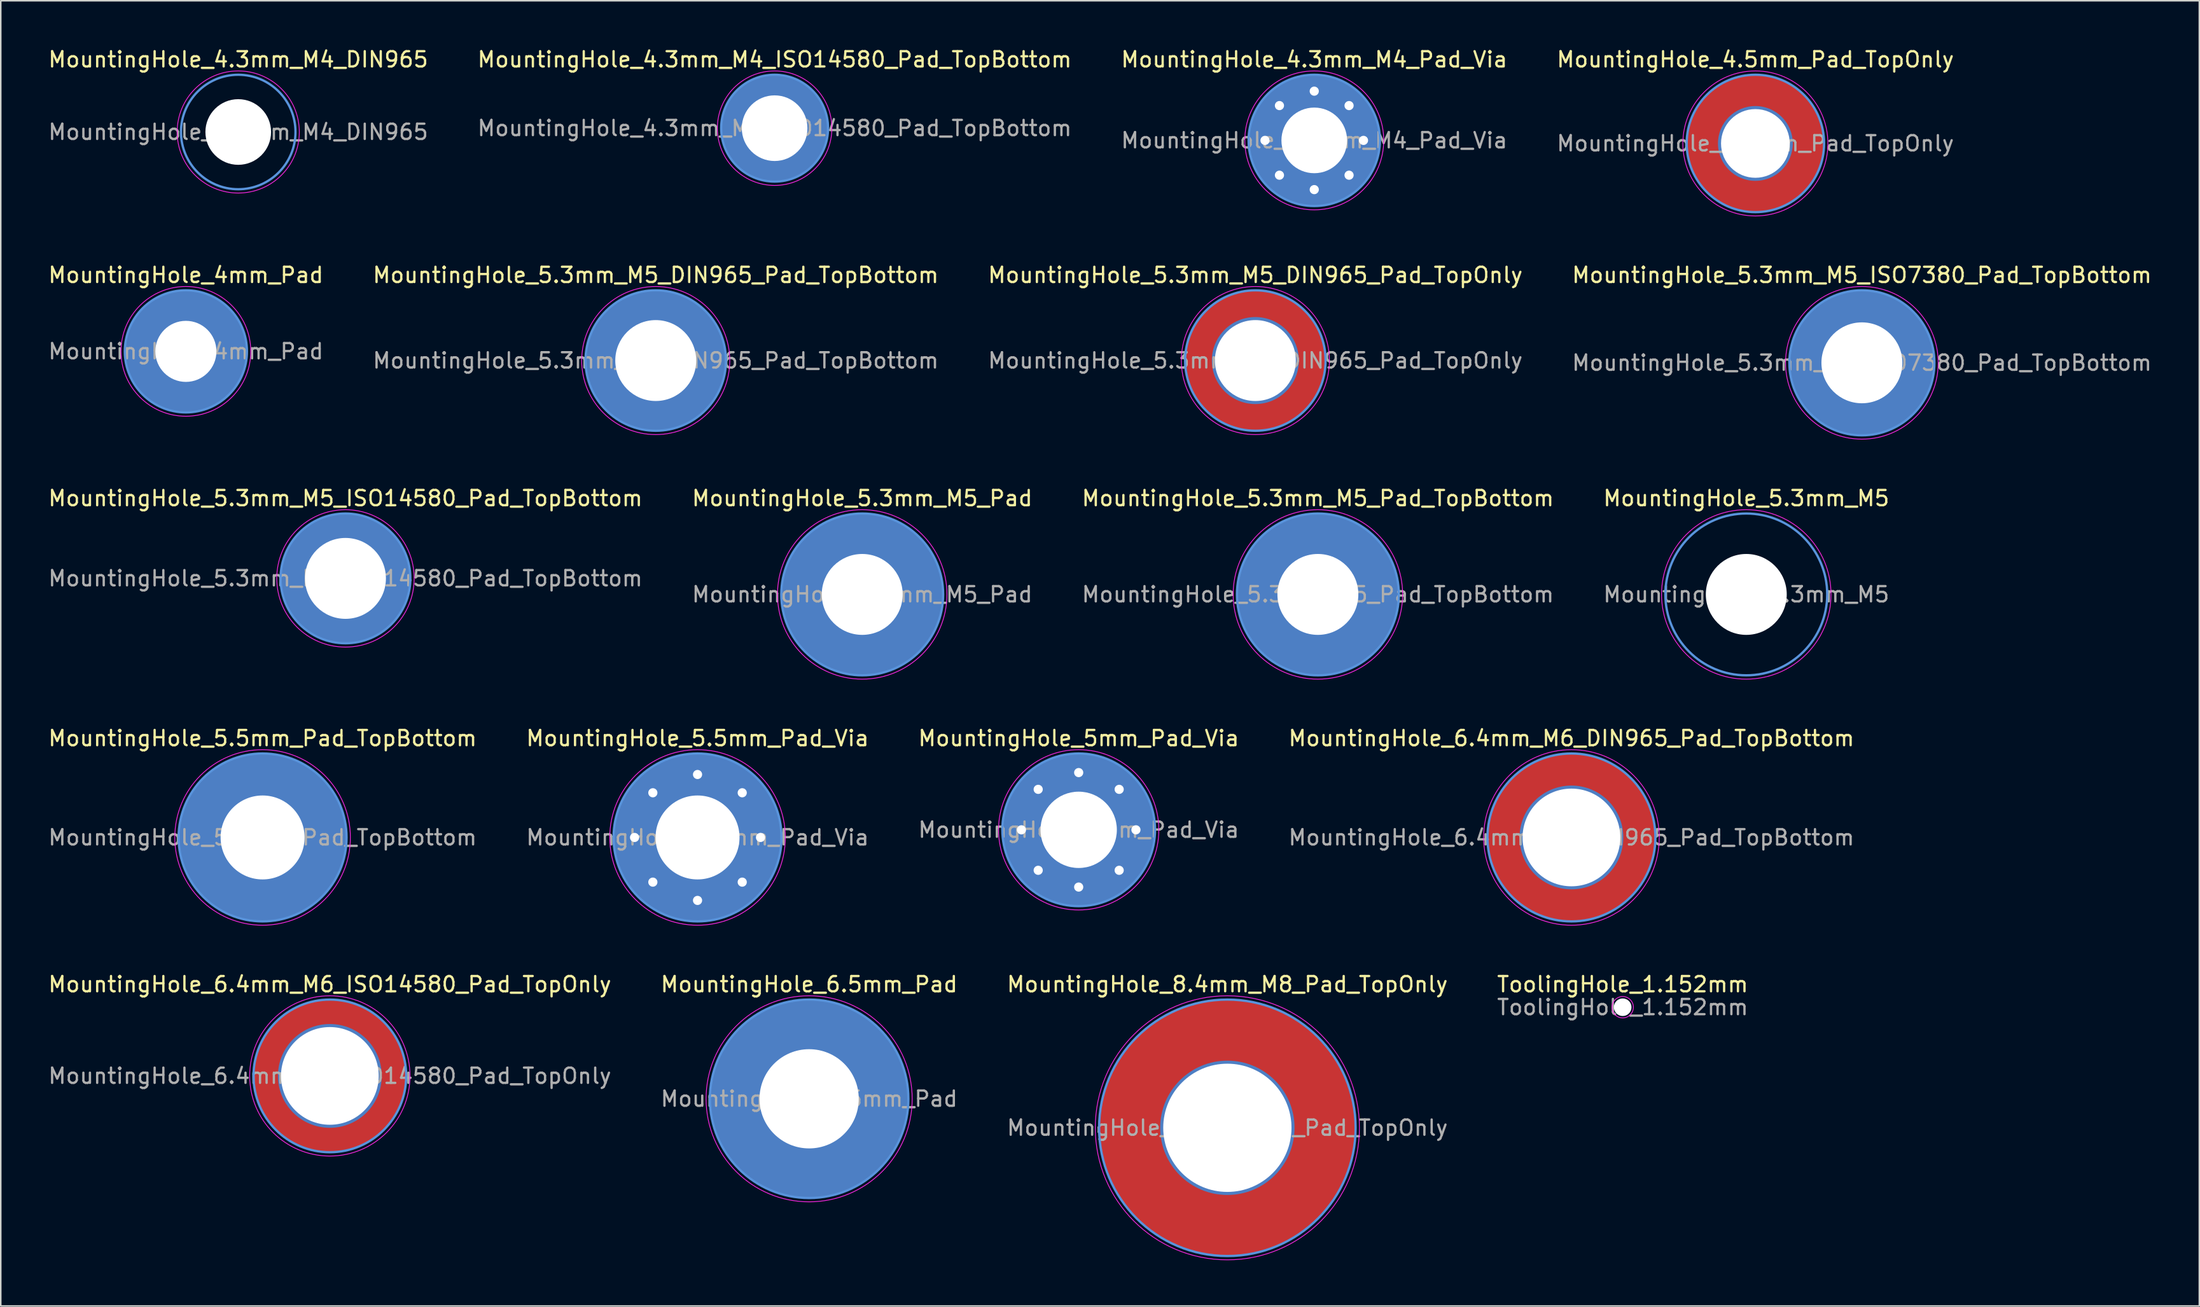
<source format=kicad_pcb>
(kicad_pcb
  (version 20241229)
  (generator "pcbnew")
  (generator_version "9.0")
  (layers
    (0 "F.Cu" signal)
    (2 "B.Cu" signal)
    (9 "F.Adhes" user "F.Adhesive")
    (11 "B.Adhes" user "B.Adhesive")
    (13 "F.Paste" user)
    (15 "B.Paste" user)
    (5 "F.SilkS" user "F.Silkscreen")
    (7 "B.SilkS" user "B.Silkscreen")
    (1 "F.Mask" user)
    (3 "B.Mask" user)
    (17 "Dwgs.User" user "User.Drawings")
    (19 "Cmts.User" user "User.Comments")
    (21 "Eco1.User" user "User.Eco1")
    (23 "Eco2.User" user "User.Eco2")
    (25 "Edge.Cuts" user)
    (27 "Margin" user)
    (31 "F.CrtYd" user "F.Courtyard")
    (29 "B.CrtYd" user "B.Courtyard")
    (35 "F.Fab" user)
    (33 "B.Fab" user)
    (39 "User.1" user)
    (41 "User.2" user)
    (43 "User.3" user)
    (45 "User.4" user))
  (footprint "MountingHole_4.3mm_M4_DIN965"
    (layer "F.Cu")
    (at 12.554 5.598)
    (property "Reference" "MountingHole_4.3mm_M4_DIN965" (at 0 -4.75 0) (layer "F.SilkS") (effects (font (size 1 1) (thickness 0.15))))
    (attr exclude_from_pos_files exclude_from_bom)
    (fp_circle (center 0 0) (end 3.75 0) (stroke (width 0.15) (type solid)) (fill no) (layer "Cmts.User"))
    (fp_circle (center 0 0) (end 4 0) (stroke (width 0.05) (type solid)) (fill no) (layer "F.CrtYd"))
    (fp_text user "${REFERENCE}" (at 0 0 0) (layer "F.Fab") (effects (font (size 1 1) (thickness 0.15))))
    (pad "" np_thru_hole circle (at 0 0) (size 4.3 4.3) (drill 4.3) (layers "*.Cu" "*.Mask")))
  (footprint "ToolingHole_1.152mm"
    (layer "F.Cu")
    (at 103.232 62.941)
    (property "Reference" "ToolingHole_1.152mm" (at 0 -1.5 0) (layer "F.SilkS") (effects (font (size 1 1) (thickness 0.15))))
    (attr exclude_from_pos_files exclude_from_bom)
    (fp_circle (center 0 0) (end 0.7 0) (stroke (width 0.05) (type solid)) (fill no) (layer "F.CrtYd"))
    (fp_text user "${REFERENCE}" (at 0 0 0) (layer "F.Fab") (effects (font (size 1 1) (thickness 0.15))))
    (pad "" np_thru_hole circle (at 0 0) (size 1.152 1.152) (drill 1.152) (layers "*.Cu" "*.Mask"))
    (zone (net_name "") (layers "F.Cu" "B.Cu") (hatch edge 0.5) (connect_pads) (min_thickness 0.25) (filled_areas_thickness no) (keepout (tracks not_allowed) (vias allowed) (pads allowed) (copperpour not_allowed) (footprints not_allowed)) (placement (enabled no)) (fill) (polygon (pts (xy 103.932 62.941) (xy 103.912 62.774) (xy 103.852 62.616) (xy 103.756 62.477) (xy 103.63 62.365) (xy 103.48 62.287) (xy 103.317 62.246) (xy 103.148 62.246) (xy 102.984 62.287) (xy 102.835 62.365) (xy 102.708 62.477) (xy 102.612 62.616) (xy 102.552 62.774) (xy 102.532 62.941) (xy 102.552 63.109) (xy 102.612 63.267) (xy 102.708 63.405) (xy 102.835 63.517) (xy 102.984 63.596) (xy 103.148 63.636) (xy 103.317 63.636) (xy 103.48 63.596) (xy 103.63 63.517) (xy 103.756 63.405) (xy 103.852 63.267) (xy 103.912 63.109)))))
  (footprint "MountingHole_5.3mm_M5"
    (layer "F.Cu")
    (at 111.327 35.895)
    (property "Reference" "MountingHole_5.3mm_M5" (at 0 -6.3 0) (layer "F.SilkS") (effects (font (size 1 1) (thickness 0.15))))
    (attr exclude_from_pos_files exclude_from_bom)
    (fp_circle (center 0 0) (end 5.3 0) (stroke (width 0.15) (type solid)) (fill no) (layer "Cmts.User"))
    (fp_circle (center 0 0) (end 5.55 0) (stroke (width 0.05) (type solid)) (fill no) (layer "F.CrtYd"))
    (fp_text user "${REFERENCE}" (at 0 0 0) (layer "F.Fab") (effects (font (size 1 1) (thickness 0.15))))
    (pad "" np_thru_hole circle (at 0 0) (size 5.3 5.3) (drill 5.3) (layers "*.Cu" "*.Mask")))
  (footprint "MountingHole_4.5mm_Pad_TopOnly"
    (layer "F.Cu")
    (at 111.923 6.348)
    (property "Reference" "MountingHole_4.5mm_Pad_TopOnly" (at 0 -5.5 0) (layer "F.SilkS") (effects (font (size 1 1) (thickness 0.15))))
    (attr exclude_from_pos_files exclude_from_bom)
    (fp_circle (center 0 0) (end 4.5 0) (stroke (width 0.15) (type solid)) (fill no) (layer "Cmts.User"))
    (fp_circle (center 0 0) (end 4.75 0) (stroke (width 0.05) (type solid)) (fill no) (layer "F.CrtYd"))
    (fp_text user "${REFERENCE}" (at 0 0 0) (layer "F.Fab") (effects (font (size 1 1) (thickness 0.15))))
    (pad "1" thru_hole circle (at 0 0) (size 4.9 4.9) (drill 4.5) (layers "*.Cu" "*.Mask"))
    (pad "1" connect circle (at 0 0) (size 9 9) (layers "F.Cu" "F.Mask")))
  (footprint "MountingHole_5.3mm_M5_ISO7380_Pad_TopBottom"
    (layer "F.Cu")
    (at 118.899 20.721)
    (property "Reference" "MountingHole_5.3mm_M5_ISO7380_Pad_TopBottom" (at 0 -5.75 0) (layer "F.SilkS") (effects (font (size 1 1) (thickness 0.15))))
    (attr exclude_from_pos_files exclude_from_bom)
    (fp_circle (center 0 0) (end 4.75 0) (stroke (width 0.15) (type solid)) (fill no) (layer "Cmts.User"))
    (fp_circle (center 0 0) (end 5 0) (stroke (width 0.05) (type solid)) (fill no) (layer "F.CrtYd"))
    (fp_text user "${REFERENCE}" (at 0 0 0) (layer "F.Fab") (effects (font (size 1 1) (thickness 0.15))))
    (pad "1" thru_hole circle (at 0 0) (size 5.7 5.7) (drill 5.3) (layers "*.Cu" "*.Mask"))
    (pad "1" connect circle (at 0 0) (size 9.5 9.5) (layers "F.Cu" "F.Mask"))
    (pad "1" connect circle (at 0 0) (size 9.5 9.5) (layers "B.Cu" "B.Mask")))
  (footprint "MountingHole_5.3mm_M5_Pad"
    (layer "F.Cu")
    (at 53.423 35.895)
    (property "Reference" "MountingHole_5.3mm_M5_Pad" (at 0 -6.3 0) (layer "F.SilkS") (effects (font (size 1 1) (thickness 0.15))))
    (attr exclude_from_pos_files exclude_from_bom)
    (fp_circle (center 0 0) (end 5.3 0) (stroke (width 0.15) (type solid)) (fill no) (layer "Cmts.User"))
    (fp_circle (center 0 0) (end 5.55 0) (stroke (width 0.05) (type solid)) (fill no) (layer "F.CrtYd"))
    (fp_text user "${REFERENCE}" (at 0 0 0) (layer "F.Fab") (effects (font (size 1 1) (thickness 0.15))))
    (pad "1" thru_hole circle (at 0 0) (size 10.6 10.6) (drill 5.3) (layers "*.Cu" "*.Mask")))
  (footprint "MountingHole_5.3mm_M5_Pad_TopBottom"
    (layer "F.Cu")
    (at 83.268 35.895)
    (property "Reference" "MountingHole_5.3mm_M5_Pad_TopBottom" (at 0 -6.3 0) (layer "F.SilkS") (effects (font (size 1 1) (thickness 0.15))))
    (attr exclude_from_pos_files exclude_from_bom)
    (fp_circle (center 0 0) (end 5.3 0) (stroke (width 0.15) (type solid)) (fill no) (layer "Cmts.User"))
    (fp_circle (center 0 0) (end 5.55 0) (stroke (width 0.05) (type solid)) (fill no) (layer "F.CrtYd"))
    (fp_text user "${REFERENCE}" (at 0 0 0) (layer "F.Fab") (effects (font (size 1 1) (thickness 0.15))))
    (pad "1" thru_hole circle (at 0 0) (size 5.7 5.7) (drill 5.3) (layers "*.Cu" "*.Mask"))
    (pad "1" connect circle (at 0 0) (size 10.6 10.6) (layers "F.Cu" "F.Mask"))
    (pad "1" connect circle (at 0 0) (size 10.6 10.6) (layers "B.Cu" "B.Mask")))
  (footprint "MountingHole_5.3mm_M5_DIN965_Pad_TopOnly"
    (layer "F.Cu")
    (at 79.173 20.572)
    (property "Reference" "MountingHole_5.3mm_M5_DIN965_Pad_TopOnly" (at 0 -5.6 0) (layer "F.SilkS") (effects (font (size 1 1) (thickness 0.15))))
    (attr exclude_from_pos_files exclude_from_bom)
    (fp_circle (center 0 0) (end 4.6 0) (stroke (width 0.15) (type solid)) (fill no) (layer "Cmts.User"))
    (fp_circle (center 0 0) (end 4.85 0) (stroke (width 0.05) (type solid)) (fill no) (layer "F.CrtYd"))
    (fp_text user "${REFERENCE}" (at 0 0 0) (layer "F.Fab") (effects (font (size 1 1) (thickness 0.15))))
    (pad "1" thru_hole circle (at 0 0) (size 5.7 5.7) (drill 5.3) (layers "*.Cu" "*.Mask"))
    (pad "1" connect circle (at 0 0) (size 9.2 9.2) (layers "F.Cu" "F.Mask")))
  (footprint "MountingHole_6.4mm_M6_ISO14580_Pad_TopOnly"
    (layer "F.Cu")
    (at 18.554 67.441)
    (property "Reference" "MountingHole_6.4mm_M6_ISO14580_Pad_TopOnly" (at 0 -6 0) (layer "F.SilkS") (effects (font (size 1 1) (thickness 0.15))))
    (attr exclude_from_pos_files exclude_from_bom)
    (fp_circle (center 0 0) (end 5 0) (stroke (width 0.15) (type solid)) (fill no) (layer "Cmts.User"))
    (fp_circle (center 0 0) (end 5.25 0) (stroke (width 0.05) (type solid)) (fill no) (layer "F.CrtYd"))
    (fp_text user "${REFERENCE}" (at 0 0 0) (layer "F.Fab") (effects (font (size 1 1) (thickness 0.15))))
    (pad "1" thru_hole circle (at 0 0) (size 6.8 6.8) (drill 6.4) (layers "*.Cu" "*.Mask"))
    (pad "1" connect circle (at 0 0) (size 10 10) (layers "F.Cu" "F.Mask")))
  (footprint "MountingHole_5.3mm_M5_ISO14580_Pad_TopBottom"
    (layer "F.Cu")
    (at 19.577 34.845)
    (property "Reference" "MountingHole_5.3mm_M5_ISO14580_Pad_TopBottom" (at 0 -5.25 0) (layer "F.SilkS") (effects (font (size 1 1) (thickness 0.15))))
    (attr exclude_from_pos_files exclude_from_bom)
    (fp_circle (center 0 0) (end 4.25 0) (stroke (width 0.15) (type solid)) (fill no) (layer "Cmts.User"))
    (fp_circle (center 0 0) (end 4.5 0) (stroke (width 0.05) (type solid)) (fill no) (layer "F.CrtYd"))
    (fp_text user "${REFERENCE}" (at 0 0 0) (layer "F.Fab") (effects (font (size 1 1) (thickness 0.15))))
    (pad "1" thru_hole circle (at 0 0) (size 5.7 5.7) (drill 5.3) (layers "*.Cu" "*.Mask"))
    (pad "1" connect circle (at 0 0) (size 8.5 8.5) (layers "F.Cu" "F.Mask"))
    (pad "1" connect circle (at 0 0) (size 8.5 8.5) (layers "B.Cu" "B.Mask")))
  (footprint "MountingHole_4mm_Pad"
    (layer "F.Cu")
    (at 9.125 19.971)
    (property "Reference" "MountingHole_4mm_Pad" (at 0 -5 0) (layer "F.SilkS") (effects (font (size 1 1) (thickness 0.15))))
    (attr exclude_from_pos_files exclude_from_bom)
    (fp_circle (center 0 0) (end 4 0) (stroke (width 0.15) (type solid)) (fill no) (layer "Cmts.User"))
    (fp_circle (center 0 0) (end 4.25 0) (stroke (width 0.05) (type solid)) (fill no) (layer "F.CrtYd"))
    (fp_text user "${REFERENCE}" (at 0 0 0) (layer "F.Fab") (effects (font (size 1 1) (thickness 0.15))))
    (pad "1" thru_hole circle (at 0 0) (size 8 8) (drill 4) (layers "*.Cu" "*.Mask")))
  (footprint "MountingHole_5.5mm_Pad_TopBottom"
    (layer "F.Cu")
    (at 14.149 51.818)
    (property "Reference" "MountingHole_5.5mm_Pad_TopBottom" (at 0 -6.5 0) (layer "F.SilkS") (effects (font (size 1 1) (thickness 0.15))))
    (attr exclude_from_pos_files exclude_from_bom)
    (fp_circle (center 0 0) (end 5.5 0) (stroke (width 0.15) (type solid)) (fill no) (layer "Cmts.User"))
    (fp_circle (center 0 0) (end 5.75 0) (stroke (width 0.05) (type solid)) (fill no) (layer "F.CrtYd"))
    (fp_text user "${REFERENCE}" (at 0 0 0) (layer "F.Fab") (effects (font (size 1 1) (thickness 0.15))))
    (pad "1" thru_hole circle (at 0 0) (size 5.9 5.9) (drill 5.5) (layers "*.Cu" "*.Mask"))
    (pad "1" connect circle (at 0 0) (size 11 11) (layers "F.Cu" "F.Mask"))
    (pad "1" connect circle (at 0 0) (size 11 11) (layers "B.Cu" "B.Mask")))
  (footprint "MountingHole_4.3mm_M4_ISO14580_Pad_TopBottom"
    (layer "F.Cu")
    (at 47.685 5.348)
    (property "Reference" "MountingHole_4.3mm_M4_ISO14580_Pad_TopBottom" (at 0 -4.5 0) (layer "F.SilkS") (effects (font (size 1 1) (thickness 0.15))))
    (attr exclude_from_pos_files exclude_from_bom)
    (fp_circle (center 0 0) (end 3.5 0) (stroke (width 0.15) (type solid)) (fill no) (layer "Cmts.User"))
    (fp_circle (center 0 0) (end 3.75 0) (stroke (width 0.05) (type solid)) (fill no) (layer "F.CrtYd"))
    (fp_text user "${REFERENCE}" (at 0 0 0) (layer "F.Fab") (effects (font (size 1 1) (thickness 0.15))))
    (pad "1" thru_hole circle (at 0 0) (size 4.7 4.7) (drill 4.3) (layers "*.Cu" "*.Mask"))
    (pad "1" connect circle (at 0 0) (size 7 7) (layers "F.Cu" "F.Mask"))
    (pad "1" connect circle (at 0 0) (size 7 7) (layers "B.Cu" "B.Mask")))
  (footprint "MountingHole_5mm_Pad_Via"
    (layer "F.Cu")
    (at 67.601 51.318)
    (property "Reference" "MountingHole_5mm_Pad_Via" (at 0 -6 0) (layer "F.SilkS") (effects (font (size 1 1) (thickness 0.15))))
    (attr exclude_from_pos_files exclude_from_bom)
    (fp_circle (center 0 0) (end 5 0) (stroke (width 0.15) (type solid)) (fill no) (layer "Cmts.User"))
    (fp_circle (center 0 0) (end 5.25 0) (stroke (width 0.05) (type solid)) (fill no) (layer "F.CrtYd"))
    (fp_text user "${REFERENCE}" (at 0 0 0) (layer "F.Fab") (effects (font (size 1 1) (thickness 0.15))))
    (pad "1" thru_hole circle (at -3.75 0) (size 0.9 0.9) (drill 0.6) (layers "*.Cu" "*.Mask"))
    (pad "1" thru_hole circle (at -2.652 -2.652) (size 0.9 0.9) (drill 0.6) (layers "*.Cu" "*.Mask"))
    (pad "1" thru_hole circle (at -2.652 2.652) (size 0.9 0.9) (drill 0.6) (layers "*.Cu" "*.Mask"))
    (pad "1" thru_hole circle (at 0 -3.75) (size 0.9 0.9) (drill 0.6) (layers "*.Cu" "*.Mask"))
    (pad "1" thru_hole circle (at 0 0) (size 10 10) (drill 5) (layers "*.Cu" "*.Mask"))
    (pad "1" thru_hole circle (at 0 3.75) (size 0.9 0.9) (drill 0.6) (layers "*.Cu" "*.Mask"))
    (pad "1" thru_hole circle (at 2.652 -2.652) (size 0.9 0.9) (drill 0.6) (layers "*.Cu" "*.Mask"))
    (pad "1" thru_hole circle (at 2.652 2.652) (size 0.9 0.9) (drill 0.6) (layers "*.Cu" "*.Mask"))
    (pad "1" thru_hole circle (at 3.75 0) (size 0.9 0.9) (drill 0.6) (layers "*.Cu" "*.Mask")))
  (footprint "MountingHole_5.5mm_Pad_Via"
    (layer "F.Cu")
    (at 42.637 51.818)
    (property "Reference" "MountingHole_5.5mm_Pad_Via" (at 0 -6.5 0) (layer "F.SilkS") (effects (font (size 1 1) (thickness 0.15))))
    (attr exclude_from_pos_files exclude_from_bom)
    (fp_circle (center 0 0) (end 5.5 0) (stroke (width 0.15) (type solid)) (fill no) (layer "Cmts.User"))
    (fp_circle (center 0 0) (end 5.75 0) (stroke (width 0.05) (type solid)) (fill no) (layer "F.CrtYd"))
    (fp_text user "${REFERENCE}" (at 0 0 0) (layer "F.Fab") (effects (font (size 1 1) (thickness 0.15))))
    (pad "1" thru_hole circle (at -4.125 0) (size 0.9 0.9) (drill 0.6) (layers "*.Cu" "*.Mask"))
    (pad "1" thru_hole circle (at -2.927 -2.927) (size 0.9 0.9) (drill 0.6) (layers "*.Cu" "*.Mask"))
    (pad "1" thru_hole circle (at -2.927 2.927) (size 0.9 0.9) (drill 0.6) (layers "*.Cu" "*.Mask"))
    (pad "1" thru_hole circle (at 0 -4.125) (size 0.9 0.9) (drill 0.6) (layers "*.Cu" "*.Mask"))
    (pad "1" thru_hole circle (at 0 0) (size 11 11) (drill 5.5) (layers "*.Cu" "*.Mask"))
    (pad "1" thru_hole circle (at 0 4.125) (size 0.9 0.9) (drill 0.6) (layers "*.Cu" "*.Mask"))
    (pad "1" thru_hole circle (at 2.927 -2.927) (size 0.9 0.9) (drill 0.6) (layers "*.Cu" "*.Mask"))
    (pad "1" thru_hole circle (at 2.927 2.927) (size 0.9 0.9) (drill 0.6) (layers "*.Cu" "*.Mask"))
    (pad "1" thru_hole circle (at 4.125 0) (size 0.9 0.9) (drill 0.6) (layers "*.Cu" "*.Mask")))
  (footprint "MountingHole_6.5mm_Pad"
    (layer "F.Cu")
    (at 49.946 68.941)
    (property "Reference" "MountingHole_6.5mm_Pad" (at 0 -7.5 0) (layer "F.SilkS") (effects (font (size 1 1) (thickness 0.15))))
    (attr exclude_from_pos_files exclude_from_bom)
    (fp_circle (center 0 0) (end 6.5 0) (stroke (width 0.15) (type solid)) (fill no) (layer "Cmts.User"))
    (fp_circle (center 0 0) (end 6.75 0) (stroke (width 0.05) (type solid)) (fill no) (layer "F.CrtYd"))
    (fp_text user "${REFERENCE}" (at 0 0 0) (layer "F.Fab") (effects (font (size 1 1) (thickness 0.15))))
    (pad "1" thru_hole circle (at 0 0) (size 13 13) (drill 6.5) (layers "*.Cu" "*.Mask")))
  (footprint "MountingHole_4.3mm_M4_Pad_Via"
    (layer "F.Cu")
    (at 83.03 6.148)
    (property "Reference" "MountingHole_4.3mm_M4_Pad_Via" (at 0 -5.3 0) (layer "F.SilkS") (effects (font (size 1 1) (thickness 0.15))))
    (attr exclude_from_pos_files exclude_from_bom)
    (fp_circle (center 0 0) (end 4.3 0) (stroke (width 0.15) (type solid)) (fill no) (layer "Cmts.User"))
    (fp_circle (center 0 0) (end 4.55 0) (stroke (width 0.05) (type solid)) (fill no) (layer "F.CrtYd"))
    (fp_text user "${REFERENCE}" (at 0 0 0) (layer "F.Fab") (effects (font (size 1 1) (thickness 0.15))))
    (pad "1" thru_hole circle (at -3.225 0) (size 0.9 0.9) (drill 0.6) (layers "*.Cu" "*.Mask"))
    (pad "1" thru_hole circle (at -2.28 -2.28) (size 0.9 0.9) (drill 0.6) (layers "*.Cu" "*.Mask"))
    (pad "1" thru_hole circle (at -2.28 2.28) (size 0.9 0.9) (drill 0.6) (layers "*.Cu" "*.Mask"))
    (pad "1" thru_hole circle (at 0 -3.225) (size 0.9 0.9) (drill 0.6) (layers "*.Cu" "*.Mask"))
    (pad "1" thru_hole circle (at 0 0) (size 8.6 8.6) (drill 4.3) (layers "*.Cu" "*.Mask"))
    (pad "1" thru_hole circle (at 0 3.225) (size 0.9 0.9) (drill 0.6) (layers "*.Cu" "*.Mask"))
    (pad "1" thru_hole circle (at 2.28 -2.28) (size 0.9 0.9) (drill 0.6) (layers "*.Cu" "*.Mask"))
    (pad "1" thru_hole circle (at 2.28 2.28) (size 0.9 0.9) (drill 0.6) (layers "*.Cu" "*.Mask"))
    (pad "1" thru_hole circle (at 3.225 0) (size 0.9 0.9) (drill 0.6) (layers "*.Cu" "*.Mask")))
  (footprint "MountingHole_6.4mm_M6_DIN965_Pad_TopBottom"
    (layer "F.Cu")
    (at 99.875 51.818)
    (property "Reference" "MountingHole_6.4mm_M6_DIN965_Pad_TopBottom" (at 0 -6.5 0) (layer "F.SilkS") (effects (font (size 1 1) (thickness 0.15))))
    (attr exclude_from_pos_files exclude_from_bom)
    (fp_circle (center 0 0) (end 5.5 0) (stroke (width 0.15) (type solid)) (fill no) (layer "Cmts.User"))
    (fp_circle (center 0 0) (end 5.75 0) (stroke (width 0.05) (type solid)) (fill no) (layer "F.CrtYd"))
    (fp_text user "${REFERENCE}" (at 0 0 0) (layer "F.Fab") (effects (font (size 1 1) (thickness 0.15))))
    (pad "" connect circle (at 0 0) (size 11 11) (layers "B.Mask" "Rescue"))
    (pad "1" thru_hole circle (at 0 0) (size 6.8 6.8) (drill 6.4) (layers "*.Cu" "*.Mask"))
    (pad "1" connect circle (at 0 0) (size 11 11) (layers "F.Cu" "F.Mask")))
  (footprint "MountingHole_5.3mm_M5_DIN965_Pad_TopBottom"
    (layer "F.Cu")
    (at 39.899 20.572)
    (property "Reference" "MountingHole_5.3mm_M5_DIN965_Pad_TopBottom" (at 0 -5.6 0) (layer "F.SilkS") (effects (font (size 1 1) (thickness 0.15))))
    (attr exclude_from_pos_files exclude_from_bom)
    (fp_circle (center 0 0) (end 4.6 0) (stroke (width 0.15) (type solid)) (fill no) (layer "Cmts.User"))
    (fp_circle (center 0 0) (end 4.85 0) (stroke (width 0.05) (type solid)) (fill no) (layer "F.CrtYd"))
    (fp_text user "${REFERENCE}" (at 0 0 0) (layer "F.Fab") (effects (font (size 1 1) (thickness 0.15))))
    (pad "1" thru_hole circle (at 0 0) (size 5.7 5.7) (drill 5.3) (layers "*.Cu" "*.Mask"))
    (pad "1" connect circle (at 0 0) (size 9.2 9.2) (layers "F.Cu" "F.Mask"))
    (pad "1" connect circle (at 0 0) (size 9.2 9.2) (layers "B.Cu" "B.Mask")))
  (footprint "MountingHole_8.4mm_M8_Pad_TopOnly"
    (layer "F.Cu")
    (at 77.339 70.841)
    (property "Reference" "MountingHole_8.4mm_M8_Pad_TopOnly" (at 0 -9.4 0) (layer "F.SilkS") (effects (font (size 1 1) (thickness 0.15))))
    (attr exclude_from_pos_files exclude_from_bom)
    (fp_circle (center 0 0) (end 8.4 0) (stroke (width 0.15) (type solid)) (fill no) (layer "Cmts.User"))
    (fp_circle (center 0 0) (end 8.65 0) (stroke (width 0.05) (type solid)) (fill no) (layer "F.CrtYd"))
    (fp_text user "${REFERENCE}" (at 0 0 0) (layer "F.Fab") (effects (font (size 1 1) (thickness 0.15))))
    (pad "1" thru_hole circle (at 0 0) (size 8.8 8.8) (drill 8.4) (layers "*.Cu" "*.Mask"))
    (pad "1" connect circle (at 0 0) (size 16.8 16.8) (layers "F.Cu" "F.Mask")))
  (gr_rect
    (start -3 -3)
    (end 141 82.516)
    (stroke (width 0.1) (type default))
    (fill no)
    (layer "Edge.Cuts")))
</source>
